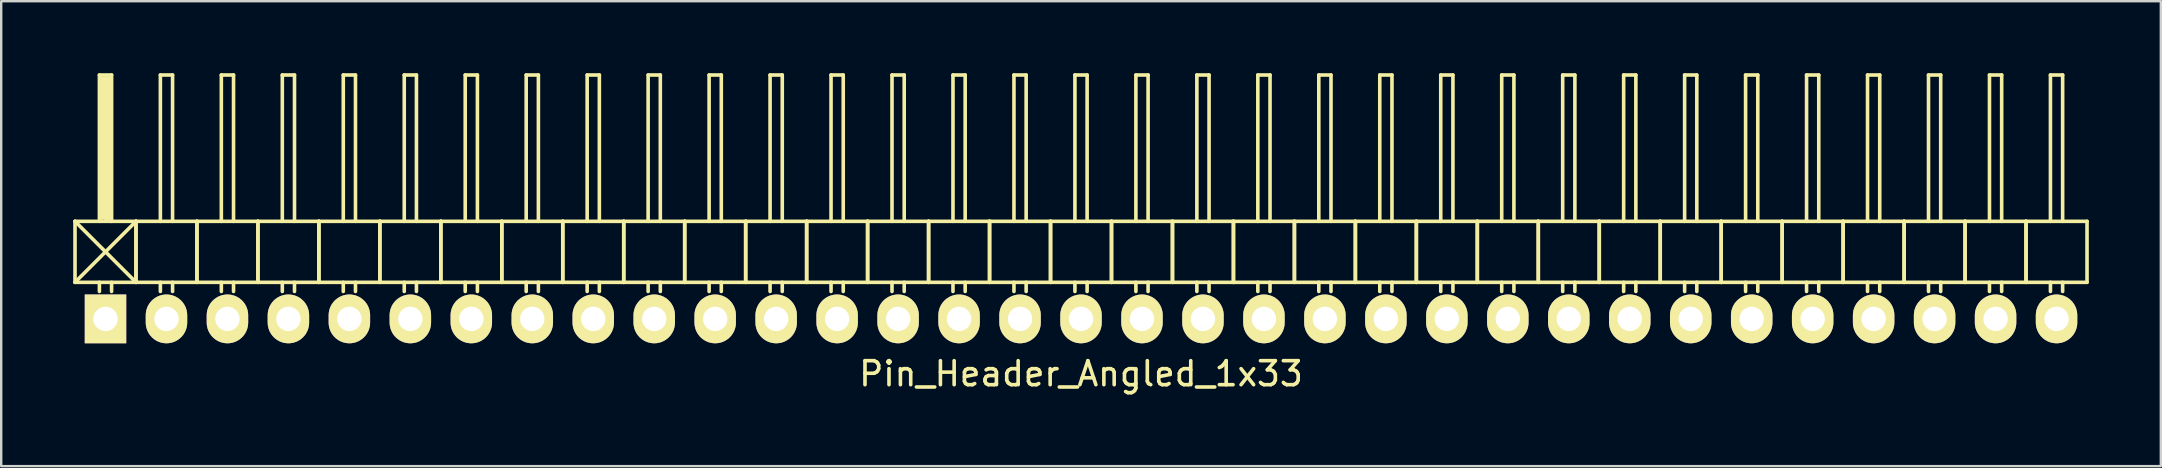
<source format=kicad_pcb>
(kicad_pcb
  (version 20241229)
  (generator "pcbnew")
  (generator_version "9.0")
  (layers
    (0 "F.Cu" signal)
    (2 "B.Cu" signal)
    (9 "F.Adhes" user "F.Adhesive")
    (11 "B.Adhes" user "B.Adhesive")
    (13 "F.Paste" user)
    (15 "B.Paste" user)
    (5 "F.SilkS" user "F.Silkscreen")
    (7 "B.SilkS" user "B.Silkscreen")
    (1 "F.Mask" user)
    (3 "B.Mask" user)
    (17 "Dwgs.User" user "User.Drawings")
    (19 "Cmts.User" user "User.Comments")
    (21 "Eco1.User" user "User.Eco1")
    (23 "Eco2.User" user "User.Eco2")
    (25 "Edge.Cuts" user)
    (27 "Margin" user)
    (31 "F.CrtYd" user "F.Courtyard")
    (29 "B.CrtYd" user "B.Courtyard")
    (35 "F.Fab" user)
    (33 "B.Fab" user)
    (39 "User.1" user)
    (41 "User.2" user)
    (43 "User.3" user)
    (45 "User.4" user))
  (footprint "Pin_Header_Angled_1x33"
    (layer "F.Cu")
    (at 41.985 10.235)
    (property "Reference" "Pin_Header_Angled_1x33" (at 0 2.286 0) (layer "F.SilkS") (effects (font (size 1 1) (thickness 0.15))))
    (attr through_hole)
    (fp_line (start -41.91 -4.064) (end -39.37 -1.524) (stroke (width 0.15) (type solid)) (layer "F.SilkS"))
    (fp_line (start -41.91 -1.524) (end -41.91 -4.064) (stroke (width 0.15) (type solid)) (layer "F.SilkS"))
    (fp_line (start -41.91 -1.524) (end -39.37 -1.524) (stroke (width 0.15) (type solid)) (layer "F.SilkS"))
    (fp_line (start -40.894 -10.16) (end -40.386 -10.16) (stroke (width 0.15) (type solid)) (layer "F.SilkS"))
    (fp_line (start -40.894 -4.064) (end -40.894 -10.16) (stroke (width 0.15) (type solid)) (layer "F.SilkS"))
    (fp_line (start -40.894 -1.524) (end -40.894 -1.143) (stroke (width 0.15) (type solid)) (layer "F.SilkS"))
    (fp_line (start -40.767 -10.033) (end -40.513 -10.033) (stroke (width 0.15) (type solid)) (layer "F.SilkS"))
    (fp_line (start -40.767 -4.191) (end -40.767 -10.033) (stroke (width 0.15) (type solid)) (layer "F.SilkS"))
    (fp_line (start -40.64 -4.191) (end -40.64 -10.033) (stroke (width 0.15) (type solid)) (layer "F.SilkS"))
    (fp_line (start -40.513 -10.033) (end -40.513 -4.191) (stroke (width 0.15) (type solid)) (layer "F.SilkS"))
    (fp_line (start -40.513 -4.191) (end -40.64 -4.191) (stroke (width 0.15) (type solid)) (layer "F.SilkS"))
    (fp_line (start -40.386 -10.16) (end -40.386 -4.064) (stroke (width 0.15) (type solid)) (layer "F.SilkS"))
    (fp_line (start -40.386 -1.524) (end -40.386 -1.143) (stroke (width 0.15) (type solid)) (layer "F.SilkS"))
    (fp_line (start -39.37 -4.064) (end -41.91 -4.064) (stroke (width 0.15) (type solid)) (layer "F.SilkS"))
    (fp_line (start -39.37 -4.064) (end -41.91 -1.524) (stroke (width 0.15) (type solid)) (layer "F.SilkS"))
    (fp_line (start -39.37 -1.524) (end -39.37 -4.064) (stroke (width 0.15) (type solid)) (layer "F.SilkS"))
    (fp_line (start -39.37 -1.524) (end -39.37 -4.064) (stroke (width 0.15) (type solid)) (layer "F.SilkS"))
    (fp_line (start -39.37 -1.524) (end -36.83 -1.524) (stroke (width 0.15) (type solid)) (layer "F.SilkS"))
    (fp_line (start -38.354 -10.16) (end -37.846 -10.16) (stroke (width 0.15) (type solid)) (layer "F.SilkS"))
    (fp_line (start -38.354 -4.064) (end -38.354 -10.16) (stroke (width 0.15) (type solid)) (layer "F.SilkS"))
    (fp_line (start -38.354 -1.524) (end -38.354 -1.143) (stroke (width 0.15) (type solid)) (layer "F.SilkS"))
    (fp_line (start -37.846 -10.16) (end -37.846 -4.064) (stroke (width 0.15) (type solid)) (layer "F.SilkS"))
    (fp_line (start -37.846 -1.524) (end -37.846 -1.143) (stroke (width 0.15) (type solid)) (layer "F.SilkS"))
    (fp_line (start -36.83 -4.064) (end -39.37 -4.064) (stroke (width 0.15) (type solid)) (layer "F.SilkS"))
    (fp_line (start -36.83 -1.524) (end -36.83 -4.064) (stroke (width 0.15) (type solid)) (layer "F.SilkS"))
    (fp_line (start -36.83 -1.524) (end -36.83 -4.064) (stroke (width 0.15) (type solid)) (layer "F.SilkS"))
    (fp_line (start -36.83 -1.524) (end -34.29 -1.524) (stroke (width 0.15) (type solid)) (layer "F.SilkS"))
    (fp_line (start -35.814 -10.16) (end -35.306 -10.16) (stroke (width 0.15) (type solid)) (layer "F.SilkS"))
    (fp_line (start -35.814 -4.064) (end -35.814 -10.16) (stroke (width 0.15) (type solid)) (layer "F.SilkS"))
    (fp_line (start -35.814 -1.524) (end -35.814 -1.143) (stroke (width 0.15) (type solid)) (layer "F.SilkS"))
    (fp_line (start -35.306 -10.16) (end -35.306 -4.064) (stroke (width 0.15) (type solid)) (layer "F.SilkS"))
    (fp_line (start -35.306 -1.524) (end -35.306 -1.143) (stroke (width 0.15) (type solid)) (layer "F.SilkS"))
    (fp_line (start -34.29 -4.064) (end -36.83 -4.064) (stroke (width 0.15) (type solid)) (layer "F.SilkS"))
    (fp_line (start -34.29 -1.524) (end -34.29 -4.064) (stroke (width 0.15) (type solid)) (layer "F.SilkS"))
    (fp_line (start -34.29 -1.524) (end -34.29 -4.064) (stroke (width 0.15) (type solid)) (layer "F.SilkS"))
    (fp_line (start -34.29 -1.524) (end -31.75 -1.524) (stroke (width 0.15) (type solid)) (layer "F.SilkS"))
    (fp_line (start -33.274 -10.16) (end -32.766 -10.16) (stroke (width 0.15) (type solid)) (layer "F.SilkS"))
    (fp_line (start -33.274 -4.064) (end -33.274 -10.16) (stroke (width 0.15) (type solid)) (layer "F.SilkS"))
    (fp_line (start -33.274 -1.524) (end -33.274 -1.143) (stroke (width 0.15) (type solid)) (layer "F.SilkS"))
    (fp_line (start -32.766 -10.16) (end -32.766 -4.064) (stroke (width 0.15) (type solid)) (layer "F.SilkS"))
    (fp_line (start -32.766 -1.524) (end -32.766 -1.143) (stroke (width 0.15) (type solid)) (layer "F.SilkS"))
    (fp_line (start -31.75 -4.064) (end -34.29 -4.064) (stroke (width 0.15) (type solid)) (layer "F.SilkS"))
    (fp_line (start -31.75 -1.524) (end -31.75 -4.064) (stroke (width 0.15) (type solid)) (layer "F.SilkS"))
    (fp_line (start -31.75 -1.524) (end -31.75 -4.064) (stroke (width 0.15) (type solid)) (layer "F.SilkS"))
    (fp_line (start -31.75 -1.524) (end -29.21 -1.524) (stroke (width 0.15) (type solid)) (layer "F.SilkS"))
    (fp_line (start -30.734 -10.16) (end -30.226 -10.16) (stroke (width 0.15) (type solid)) (layer "F.SilkS"))
    (fp_line (start -30.734 -4.064) (end -30.734 -10.16) (stroke (width 0.15) (type solid)) (layer "F.SilkS"))
    (fp_line (start -30.734 -1.524) (end -30.734 -1.143) (stroke (width 0.15) (type solid)) (layer "F.SilkS"))
    (fp_line (start -30.226 -10.16) (end -30.226 -4.064) (stroke (width 0.15) (type solid)) (layer "F.SilkS"))
    (fp_line (start -30.226 -1.524) (end -30.226 -1.143) (stroke (width 0.15) (type solid)) (layer "F.SilkS"))
    (fp_line (start -29.21 -4.064) (end -31.75 -4.064) (stroke (width 0.15) (type solid)) (layer "F.SilkS"))
    (fp_line (start -29.21 -1.524) (end -29.21 -4.064) (stroke (width 0.15) (type solid)) (layer "F.SilkS"))
    (fp_line (start -29.21 -1.524) (end -29.21 -4.064) (stroke (width 0.15) (type solid)) (layer "F.SilkS"))
    (fp_line (start -29.21 -1.524) (end -26.67 -1.524) (stroke (width 0.15) (type solid)) (layer "F.SilkS"))
    (fp_line (start -28.194 -10.16) (end -27.686 -10.16) (stroke (width 0.15) (type solid)) (layer "F.SilkS"))
    (fp_line (start -28.194 -4.064) (end -28.194 -10.16) (stroke (width 0.15) (type solid)) (layer "F.SilkS"))
    (fp_line (start -28.194 -1.524) (end -28.194 -1.143) (stroke (width 0.15) (type solid)) (layer "F.SilkS"))
    (fp_line (start -27.686 -10.16) (end -27.686 -4.064) (stroke (width 0.15) (type solid)) (layer "F.SilkS"))
    (fp_line (start -27.686 -1.524) (end -27.686 -1.143) (stroke (width 0.15) (type solid)) (layer "F.SilkS"))
    (fp_line (start -26.67 -4.064) (end -29.21 -4.064) (stroke (width 0.15) (type solid)) (layer "F.SilkS"))
    (fp_line (start -26.67 -1.524) (end -26.67 -4.064) (stroke (width 0.15) (type solid)) (layer "F.SilkS"))
    (fp_line (start -26.67 -1.524) (end -26.67 -4.064) (stroke (width 0.15) (type solid)) (layer "F.SilkS"))
    (fp_line (start -26.67 -1.524) (end -24.13 -1.524) (stroke (width 0.15) (type solid)) (layer "F.SilkS"))
    (fp_line (start -25.654 -10.16) (end -25.146 -10.16) (stroke (width 0.15) (type solid)) (layer "F.SilkS"))
    (fp_line (start -25.654 -4.064) (end -25.654 -10.16) (stroke (width 0.15) (type solid)) (layer "F.SilkS"))
    (fp_line (start -25.654 -1.524) (end -25.654 -1.143) (stroke (width 0.15) (type solid)) (layer "F.SilkS"))
    (fp_line (start -25.146 -10.16) (end -25.146 -4.064) (stroke (width 0.15) (type solid)) (layer "F.SilkS"))
    (fp_line (start -25.146 -1.524) (end -25.146 -1.143) (stroke (width 0.15) (type solid)) (layer "F.SilkS"))
    (fp_line (start -24.13 -4.064) (end -26.67 -4.064) (stroke (width 0.15) (type solid)) (layer "F.SilkS"))
    (fp_line (start -24.13 -1.524) (end -24.13 -4.064) (stroke (width 0.15) (type solid)) (layer "F.SilkS"))
    (fp_line (start -24.13 -1.524) (end -24.13 -4.064) (stroke (width 0.15) (type solid)) (layer "F.SilkS"))
    (fp_line (start -24.13 -1.524) (end -21.59 -1.524) (stroke (width 0.15) (type solid)) (layer "F.SilkS"))
    (fp_line (start -23.114 -10.16) (end -22.606 -10.16) (stroke (width 0.15) (type solid)) (layer "F.SilkS"))
    (fp_line (start -23.114 -4.064) (end -23.114 -10.16) (stroke (width 0.15) (type solid)) (layer "F.SilkS"))
    (fp_line (start -23.114 -1.524) (end -23.114 -1.143) (stroke (width 0.15) (type solid)) (layer "F.SilkS"))
    (fp_line (start -22.606 -10.16) (end -22.606 -4.064) (stroke (width 0.15) (type solid)) (layer "F.SilkS"))
    (fp_line (start -22.606 -1.524) (end -22.606 -1.143) (stroke (width 0.15) (type solid)) (layer "F.SilkS"))
    (fp_line (start -21.59 -4.064) (end -24.13 -4.064) (stroke (width 0.15) (type solid)) (layer "F.SilkS"))
    (fp_line (start -21.59 -1.524) (end -21.59 -4.064) (stroke (width 0.15) (type solid)) (layer "F.SilkS"))
    (fp_line (start -21.59 -1.524) (end -21.59 -4.064) (stroke (width 0.15) (type solid)) (layer "F.SilkS"))
    (fp_line (start -21.59 -1.524) (end -19.05 -1.524) (stroke (width 0.15) (type solid)) (layer "F.SilkS"))
    (fp_line (start -20.574 -10.16) (end -20.066 -10.16) (stroke (width 0.15) (type solid)) (layer "F.SilkS"))
    (fp_line (start -20.574 -4.064) (end -20.574 -10.16) (stroke (width 0.15) (type solid)) (layer "F.SilkS"))
    (fp_line (start -20.574 -1.524) (end -20.574 -1.143) (stroke (width 0.15) (type solid)) (layer "F.SilkS"))
    (fp_line (start -20.066 -10.16) (end -20.066 -4.064) (stroke (width 0.15) (type solid)) (layer "F.SilkS"))
    (fp_line (start -20.066 -1.524) (end -20.066 -1.143) (stroke (width 0.15) (type solid)) (layer "F.SilkS"))
    (fp_line (start -19.05 -4.064) (end -21.59 -4.064) (stroke (width 0.15) (type solid)) (layer "F.SilkS"))
    (fp_line (start -19.05 -1.524) (end -19.05 -4.064) (stroke (width 0.15) (type solid)) (layer "F.SilkS"))
    (fp_line (start -19.05 -1.524) (end -19.05 -4.064) (stroke (width 0.15) (type solid)) (layer "F.SilkS"))
    (fp_line (start -19.05 -1.524) (end -16.51 -1.524) (stroke (width 0.15) (type solid)) (layer "F.SilkS"))
    (fp_line (start -18.034 -10.16) (end -17.526 -10.16) (stroke (width 0.15) (type solid)) (layer "F.SilkS"))
    (fp_line (start -18.034 -4.064) (end -18.034 -10.16) (stroke (width 0.15) (type solid)) (layer "F.SilkS"))
    (fp_line (start -18.034 -1.524) (end -18.034 -1.143) (stroke (width 0.15) (type solid)) (layer "F.SilkS"))
    (fp_line (start -17.526 -10.16) (end -17.526 -4.064) (stroke (width 0.15) (type solid)) (layer "F.SilkS"))
    (fp_line (start -17.526 -1.524) (end -17.526 -1.143) (stroke (width 0.15) (type solid)) (layer "F.SilkS"))
    (fp_line (start -16.51 -4.064) (end -19.05 -4.064) (stroke (width 0.15) (type solid)) (layer "F.SilkS"))
    (fp_line (start -16.51 -1.524) (end -16.51 -4.064) (stroke (width 0.15) (type solid)) (layer "F.SilkS"))
    (fp_line (start -16.51 -1.524) (end -16.51 -4.064) (stroke (width 0.15) (type solid)) (layer "F.SilkS"))
    (fp_line (start -16.51 -1.524) (end -13.97 -1.524) (stroke (width 0.15) (type solid)) (layer "F.SilkS"))
    (fp_line (start -15.494 -10.16) (end -14.986 -10.16) (stroke (width 0.15) (type solid)) (layer "F.SilkS"))
    (fp_line (start -15.494 -4.064) (end -15.494 -10.16) (stroke (width 0.15) (type solid)) (layer "F.SilkS"))
    (fp_line (start -15.494 -1.524) (end -15.494 -1.143) (stroke (width 0.15) (type solid)) (layer "F.SilkS"))
    (fp_line (start -14.986 -10.16) (end -14.986 -4.064) (stroke (width 0.15) (type solid)) (layer "F.SilkS"))
    (fp_line (start -14.986 -1.524) (end -14.986 -1.143) (stroke (width 0.15) (type solid)) (layer "F.SilkS"))
    (fp_line (start -13.97 -4.064) (end -16.51 -4.064) (stroke (width 0.15) (type solid)) (layer "F.SilkS"))
    (fp_line (start -13.97 -1.524) (end -13.97 -4.064) (stroke (width 0.15) (type solid)) (layer "F.SilkS"))
    (fp_line (start -13.97 -1.524) (end -13.97 -4.064) (stroke (width 0.15) (type solid)) (layer "F.SilkS"))
    (fp_line (start -13.97 -1.524) (end -11.43 -1.524) (stroke (width 0.15) (type solid)) (layer "F.SilkS"))
    (fp_line (start -12.954 -10.16) (end -12.446 -10.16) (stroke (width 0.15) (type solid)) (layer "F.SilkS"))
    (fp_line (start -12.954 -4.064) (end -12.954 -10.16) (stroke (width 0.15) (type solid)) (layer "F.SilkS"))
    (fp_line (start -12.954 -1.524) (end -12.954 -1.143) (stroke (width 0.15) (type solid)) (layer "F.SilkS"))
    (fp_line (start -12.446 -10.16) (end -12.446 -4.064) (stroke (width 0.15) (type solid)) (layer "F.SilkS"))
    (fp_line (start -12.446 -1.524) (end -12.446 -1.143) (stroke (width 0.15) (type solid)) (layer "F.SilkS"))
    (fp_line (start -11.43 -4.064) (end -13.97 -4.064) (stroke (width 0.15) (type solid)) (layer "F.SilkS"))
    (fp_line (start -11.43 -1.524) (end -11.43 -4.064) (stroke (width 0.15) (type solid)) (layer "F.SilkS"))
    (fp_line (start -11.43 -1.524) (end -11.43 -4.064) (stroke (width 0.15) (type solid)) (layer "F.SilkS"))
    (fp_line (start -11.43 -1.524) (end -8.89 -1.524) (stroke (width 0.15) (type solid)) (layer "F.SilkS"))
    (fp_line (start -10.414 -10.16) (end -9.906 -10.16) (stroke (width 0.15) (type solid)) (layer "F.SilkS"))
    (fp_line (start -10.414 -4.064) (end -10.414 -10.16) (stroke (width 0.15) (type solid)) (layer "F.SilkS"))
    (fp_line (start -10.414 -1.524) (end -10.414 -1.143) (stroke (width 0.15) (type solid)) (layer "F.SilkS"))
    (fp_line (start -9.906 -10.16) (end -9.906 -4.064) (stroke (width 0.15) (type solid)) (layer "F.SilkS"))
    (fp_line (start -9.906 -1.524) (end -9.906 -1.143) (stroke (width 0.15) (type solid)) (layer "F.SilkS"))
    (fp_line (start -8.89 -4.064) (end -11.43 -4.064) (stroke (width 0.15) (type solid)) (layer "F.SilkS"))
    (fp_line (start -8.89 -1.524) (end -8.89 -4.064) (stroke (width 0.15) (type solid)) (layer "F.SilkS"))
    (fp_line (start -8.89 -1.524) (end -8.89 -4.064) (stroke (width 0.15) (type solid)) (layer "F.SilkS"))
    (fp_line (start -8.89 -1.524) (end -6.35 -1.524) (stroke (width 0.15) (type solid)) (layer "F.SilkS"))
    (fp_line (start -7.874 -10.16) (end -7.366 -10.16) (stroke (width 0.15) (type solid)) (layer "F.SilkS"))
    (fp_line (start -7.874 -4.064) (end -7.874 -10.16) (stroke (width 0.15) (type solid)) (layer "F.SilkS"))
    (fp_line (start -7.874 -1.524) (end -7.874 -1.143) (stroke (width 0.15) (type solid)) (layer "F.SilkS"))
    (fp_line (start -7.366 -10.16) (end -7.366 -4.064) (stroke (width 0.15) (type solid)) (layer "F.SilkS"))
    (fp_line (start -7.366 -1.524) (end -7.366 -1.143) (stroke (width 0.15) (type solid)) (layer "F.SilkS"))
    (fp_line (start -6.35 -4.064) (end -8.89 -4.064) (stroke (width 0.15) (type solid)) (layer "F.SilkS"))
    (fp_line (start -6.35 -1.524) (end -6.35 -4.064) (stroke (width 0.15) (type solid)) (layer "F.SilkS"))
    (fp_line (start -6.35 -1.524) (end -6.35 -4.064) (stroke (width 0.15) (type solid)) (layer "F.SilkS"))
    (fp_line (start -6.35 -1.524) (end -3.81 -1.524) (stroke (width 0.15) (type solid)) (layer "F.SilkS"))
    (fp_line (start -5.334 -10.16) (end -4.826 -10.16) (stroke (width 0.15) (type solid)) (layer "F.SilkS"))
    (fp_line (start -5.334 -4.064) (end -5.334 -10.16) (stroke (width 0.15) (type solid)) (layer "F.SilkS"))
    (fp_line (start -5.334 -1.524) (end -5.334 -1.143) (stroke (width 0.15) (type solid)) (layer "F.SilkS"))
    (fp_line (start -4.826 -10.16) (end -4.826 -4.064) (stroke (width 0.15) (type solid)) (layer "F.SilkS"))
    (fp_line (start -4.826 -1.524) (end -4.826 -1.143) (stroke (width 0.15) (type solid)) (layer "F.SilkS"))
    (fp_line (start -3.81 -4.064) (end -6.35 -4.064) (stroke (width 0.15) (type solid)) (layer "F.SilkS"))
    (fp_line (start -3.81 -1.524) (end -3.81 -4.064) (stroke (width 0.15) (type solid)) (layer "F.SilkS"))
    (fp_line (start -3.81 -1.524) (end -3.81 -4.064) (stroke (width 0.15) (type solid)) (layer "F.SilkS"))
    (fp_line (start -3.81 -1.524) (end -1.27 -1.524) (stroke (width 0.15) (type solid)) (layer "F.SilkS"))
    (fp_line (start -2.794 -10.16) (end -2.286 -10.16) (stroke (width 0.15) (type solid)) (layer "F.SilkS"))
    (fp_line (start -2.794 -4.064) (end -2.794 -10.16) (stroke (width 0.15) (type solid)) (layer "F.SilkS"))
    (fp_line (start -2.794 -1.524) (end -2.794 -1.143) (stroke (width 0.15) (type solid)) (layer "F.SilkS"))
    (fp_line (start -2.286 -10.16) (end -2.286 -4.064) (stroke (width 0.15) (type solid)) (layer "F.SilkS"))
    (fp_line (start -2.286 -1.524) (end -2.286 -1.143) (stroke (width 0.15) (type solid)) (layer "F.SilkS"))
    (fp_line (start -1.27 -4.064) (end -3.81 -4.064) (stroke (width 0.15) (type solid)) (layer "F.SilkS"))
    (fp_line (start -1.27 -1.524) (end -1.27 -4.064) (stroke (width 0.15) (type solid)) (layer "F.SilkS"))
    (fp_line (start -1.27 -1.524) (end -1.27 -4.064) (stroke (width 0.15) (type solid)) (layer "F.SilkS"))
    (fp_line (start -1.27 -1.524) (end 1.27 -1.524) (stroke (width 0.15) (type solid)) (layer "F.SilkS"))
    (fp_line (start -0.254 -10.16) (end 0.254 -10.16) (stroke (width 0.15) (type solid)) (layer "F.SilkS"))
    (fp_line (start -0.254 -4.064) (end -0.254 -10.16) (stroke (width 0.15) (type solid)) (layer "F.SilkS"))
    (fp_line (start -0.254 -1.524) (end -0.254 -1.143) (stroke (width 0.15) (type solid)) (layer "F.SilkS"))
    (fp_line (start 0.254 -10.16) (end 0.254 -4.064) (stroke (width 0.15) (type solid)) (layer "F.SilkS"))
    (fp_line (start 0.254 -1.524) (end 0.254 -1.143) (stroke (width 0.15) (type solid)) (layer "F.SilkS"))
    (fp_line (start 1.27 -4.064) (end -1.27 -4.064) (stroke (width 0.15) (type solid)) (layer "F.SilkS"))
    (fp_line (start 1.27 -1.524) (end 1.27 -4.064) (stroke (width 0.15) (type solid)) (layer "F.SilkS"))
    (fp_line (start 1.27 -1.524) (end 1.27 -4.064) (stroke (width 0.15) (type solid)) (layer "F.SilkS"))
    (fp_line (start 1.27 -1.524) (end 3.81 -1.524) (stroke (width 0.15) (type solid)) (layer "F.SilkS"))
    (fp_line (start 2.286 -10.16) (end 2.794 -10.16) (stroke (width 0.15) (type solid)) (layer "F.SilkS"))
    (fp_line (start 2.286 -4.064) (end 2.286 -10.16) (stroke (width 0.15) (type solid)) (layer "F.SilkS"))
    (fp_line (start 2.286 -1.524) (end 2.286 -1.143) (stroke (width 0.15) (type solid)) (layer "F.SilkS"))
    (fp_line (start 2.794 -10.16) (end 2.794 -4.064) (stroke (width 0.15) (type solid)) (layer "F.SilkS"))
    (fp_line (start 2.794 -1.524) (end 2.794 -1.143) (stroke (width 0.15) (type solid)) (layer "F.SilkS"))
    (fp_line (start 3.81 -4.064) (end 1.27 -4.064) (stroke (width 0.15) (type solid)) (layer "F.SilkS"))
    (fp_line (start 3.81 -1.524) (end 3.81 -4.064) (stroke (width 0.15) (type solid)) (layer "F.SilkS"))
    (fp_line (start 3.81 -1.524) (end 3.81 -4.064) (stroke (width 0.15) (type solid)) (layer "F.SilkS"))
    (fp_line (start 3.81 -1.524) (end 6.35 -1.524) (stroke (width 0.15) (type solid)) (layer "F.SilkS"))
    (fp_line (start 4.826 -10.16) (end 5.334 -10.16) (stroke (width 0.15) (type solid)) (layer "F.SilkS"))
    (fp_line (start 4.826 -4.064) (end 4.826 -10.16) (stroke (width 0.15) (type solid)) (layer "F.SilkS"))
    (fp_line (start 4.826 -1.524) (end 4.826 -1.143) (stroke (width 0.15) (type solid)) (layer "F.SilkS"))
    (fp_line (start 5.334 -10.16) (end 5.334 -4.064) (stroke (width 0.15) (type solid)) (layer "F.SilkS"))
    (fp_line (start 5.334 -1.524) (end 5.334 -1.143) (stroke (width 0.15) (type solid)) (layer "F.SilkS"))
    (fp_line (start 6.35 -4.064) (end 3.81 -4.064) (stroke (width 0.15) (type solid)) (layer "F.SilkS"))
    (fp_line (start 6.35 -1.524) (end 6.35 -4.064) (stroke (width 0.15) (type solid)) (layer "F.SilkS"))
    (fp_line (start 6.35 -1.524) (end 6.35 -4.064) (stroke (width 0.15) (type solid)) (layer "F.SilkS"))
    (fp_line (start 6.35 -1.524) (end 8.89 -1.524) (stroke (width 0.15) (type solid)) (layer "F.SilkS"))
    (fp_line (start 7.366 -10.16) (end 7.874 -10.16) (stroke (width 0.15) (type solid)) (layer "F.SilkS"))
    (fp_line (start 7.366 -4.064) (end 7.366 -10.16) (stroke (width 0.15) (type solid)) (layer "F.SilkS"))
    (fp_line (start 7.366 -1.524) (end 7.366 -1.143) (stroke (width 0.15) (type solid)) (layer "F.SilkS"))
    (fp_line (start 7.874 -10.16) (end 7.874 -4.064) (stroke (width 0.15) (type solid)) (layer "F.SilkS"))
    (fp_line (start 7.874 -1.524) (end 7.874 -1.143) (stroke (width 0.15) (type solid)) (layer "F.SilkS"))
    (fp_line (start 8.89 -4.064) (end 6.35 -4.064) (stroke (width 0.15) (type solid)) (layer "F.SilkS"))
    (fp_line (start 8.89 -1.524) (end 8.89 -4.064) (stroke (width 0.15) (type solid)) (layer "F.SilkS"))
    (fp_line (start 8.89 -1.524) (end 8.89 -4.064) (stroke (width 0.15) (type solid)) (layer "F.SilkS"))
    (fp_line (start 8.89 -1.524) (end 11.43 -1.524) (stroke (width 0.15) (type solid)) (layer "F.SilkS"))
    (fp_line (start 9.906 -10.16) (end 10.414 -10.16) (stroke (width 0.15) (type solid)) (layer "F.SilkS"))
    (fp_line (start 9.906 -4.064) (end 9.906 -10.16) (stroke (width 0.15) (type solid)) (layer "F.SilkS"))
    (fp_line (start 9.906 -1.524) (end 9.906 -1.143) (stroke (width 0.15) (type solid)) (layer "F.SilkS"))
    (fp_line (start 10.414 -10.16) (end 10.414 -4.064) (stroke (width 0.15) (type solid)) (layer "F.SilkS"))
    (fp_line (start 10.414 -1.524) (end 10.414 -1.143) (stroke (width 0.15) (type solid)) (layer "F.SilkS"))
    (fp_line (start 11.43 -4.064) (end 8.89 -4.064) (stroke (width 0.15) (type solid)) (layer "F.SilkS"))
    (fp_line (start 11.43 -1.524) (end 11.43 -4.064) (stroke (width 0.15) (type solid)) (layer "F.SilkS"))
    (fp_line (start 11.43 -1.524) (end 11.43 -4.064) (stroke (width 0.15) (type solid)) (layer "F.SilkS"))
    (fp_line (start 11.43 -1.524) (end 13.97 -1.524) (stroke (width 0.15) (type solid)) (layer "F.SilkS"))
    (fp_line (start 12.446 -10.16) (end 12.954 -10.16) (stroke (width 0.15) (type solid)) (layer "F.SilkS"))
    (fp_line (start 12.446 -4.064) (end 12.446 -10.16) (stroke (width 0.15) (type solid)) (layer "F.SilkS"))
    (fp_line (start 12.446 -1.524) (end 12.446 -1.143) (stroke (width 0.15) (type solid)) (layer "F.SilkS"))
    (fp_line (start 12.954 -10.16) (end 12.954 -4.064) (stroke (width 0.15) (type solid)) (layer "F.SilkS"))
    (fp_line (start 12.954 -1.524) (end 12.954 -1.143) (stroke (width 0.15) (type solid)) (layer "F.SilkS"))
    (fp_line (start 13.97 -4.064) (end 11.43 -4.064) (stroke (width 0.15) (type solid)) (layer "F.SilkS"))
    (fp_line (start 13.97 -1.524) (end 13.97 -4.064) (stroke (width 0.15) (type solid)) (layer "F.SilkS"))
    (fp_line (start 13.97 -1.524) (end 13.97 -4.064) (stroke (width 0.15) (type solid)) (layer "F.SilkS"))
    (fp_line (start 13.97 -1.524) (end 16.51 -1.524) (stroke (width 0.15) (type solid)) (layer "F.SilkS"))
    (fp_line (start 14.986 -10.16) (end 15.494 -10.16) (stroke (width 0.15) (type solid)) (layer "F.SilkS"))
    (fp_line (start 14.986 -4.064) (end 14.986 -10.16) (stroke (width 0.15) (type solid)) (layer "F.SilkS"))
    (fp_line (start 14.986 -1.524) (end 14.986 -1.143) (stroke (width 0.15) (type solid)) (layer "F.SilkS"))
    (fp_line (start 15.494 -10.16) (end 15.494 -4.064) (stroke (width 0.15) (type solid)) (layer "F.SilkS"))
    (fp_line (start 15.494 -1.524) (end 15.494 -1.143) (stroke (width 0.15) (type solid)) (layer "F.SilkS"))
    (fp_line (start 16.51 -4.064) (end 13.97 -4.064) (stroke (width 0.15) (type solid)) (layer "F.SilkS"))
    (fp_line (start 16.51 -1.524) (end 16.51 -4.064) (stroke (width 0.15) (type solid)) (layer "F.SilkS"))
    (fp_line (start 16.51 -1.524) (end 16.51 -4.064) (stroke (width 0.15) (type solid)) (layer "F.SilkS"))
    (fp_line (start 16.51 -1.524) (end 19.05 -1.524) (stroke (width 0.15) (type solid)) (layer "F.SilkS"))
    (fp_line (start 17.526 -10.16) (end 18.034 -10.16) (stroke (width 0.15) (type solid)) (layer "F.SilkS"))
    (fp_line (start 17.526 -4.064) (end 17.526 -10.16) (stroke (width 0.15) (type solid)) (layer "F.SilkS"))
    (fp_line (start 17.526 -1.524) (end 17.526 -1.143) (stroke (width 0.15) (type solid)) (layer "F.SilkS"))
    (fp_line (start 18.034 -10.16) (end 18.034 -4.064) (stroke (width 0.15) (type solid)) (layer "F.SilkS"))
    (fp_line (start 18.034 -1.524) (end 18.034 -1.143) (stroke (width 0.15) (type solid)) (layer "F.SilkS"))
    (fp_line (start 19.05 -4.064) (end 16.51 -4.064) (stroke (width 0.15) (type solid)) (layer "F.SilkS"))
    (fp_line (start 19.05 -1.524) (end 19.05 -4.064) (stroke (width 0.15) (type solid)) (layer "F.SilkS"))
    (fp_line (start 19.05 -1.524) (end 19.05 -4.064) (stroke (width 0.15) (type solid)) (layer "F.SilkS"))
    (fp_line (start 19.05 -1.524) (end 21.59 -1.524) (stroke (width 0.15) (type solid)) (layer "F.SilkS"))
    (fp_line (start 20.066 -10.16) (end 20.574 -10.16) (stroke (width 0.15) (type solid)) (layer "F.SilkS"))
    (fp_line (start 20.066 -4.064) (end 20.066 -10.16) (stroke (width 0.15) (type solid)) (layer "F.SilkS"))
    (fp_line (start 20.066 -1.524) (end 20.066 -1.143) (stroke (width 0.15) (type solid)) (layer "F.SilkS"))
    (fp_line (start 20.574 -10.16) (end 20.574 -4.064) (stroke (width 0.15) (type solid)) (layer "F.SilkS"))
    (fp_line (start 20.574 -1.524) (end 20.574 -1.143) (stroke (width 0.15) (type solid)) (layer "F.SilkS"))
    (fp_line (start 21.59 -4.064) (end 19.05 -4.064) (stroke (width 0.15) (type solid)) (layer "F.SilkS"))
    (fp_line (start 21.59 -1.524) (end 21.59 -4.064) (stroke (width 0.15) (type solid)) (layer "F.SilkS"))
    (fp_line (start 21.59 -1.524) (end 21.59 -4.064) (stroke (width 0.15) (type solid)) (layer "F.SilkS"))
    (fp_line (start 21.59 -1.524) (end 24.13 -1.524) (stroke (width 0.15) (type solid)) (layer "F.SilkS"))
    (fp_line (start 22.606 -10.16) (end 23.114 -10.16) (stroke (width 0.15) (type solid)) (layer "F.SilkS"))
    (fp_line (start 22.606 -4.064) (end 22.606 -10.16) (stroke (width 0.15) (type solid)) (layer "F.SilkS"))
    (fp_line (start 22.606 -1.524) (end 22.606 -1.143) (stroke (width 0.15) (type solid)) (layer "F.SilkS"))
    (fp_line (start 23.114 -10.16) (end 23.114 -4.064) (stroke (width 0.15) (type solid)) (layer "F.SilkS"))
    (fp_line (start 23.114 -1.524) (end 23.114 -1.143) (stroke (width 0.15) (type solid)) (layer "F.SilkS"))
    (fp_line (start 24.13 -4.064) (end 21.59 -4.064) (stroke (width 0.15) (type solid)) (layer "F.SilkS"))
    (fp_line (start 24.13 -1.524) (end 24.13 -4.064) (stroke (width 0.15) (type solid)) (layer "F.SilkS"))
    (fp_line (start 24.13 -1.524) (end 24.13 -4.064) (stroke (width 0.15) (type solid)) (layer "F.SilkS"))
    (fp_line (start 24.13 -1.524) (end 26.67 -1.524) (stroke (width 0.15) (type solid)) (layer "F.SilkS"))
    (fp_line (start 25.146 -10.16) (end 25.654 -10.16) (stroke (width 0.15) (type solid)) (layer "F.SilkS"))
    (fp_line (start 25.146 -4.064) (end 25.146 -10.16) (stroke (width 0.15) (type solid)) (layer "F.SilkS"))
    (fp_line (start 25.146 -1.524) (end 25.146 -1.143) (stroke (width 0.15) (type solid)) (layer "F.SilkS"))
    (fp_line (start 25.654 -10.16) (end 25.654 -4.064) (stroke (width 0.15) (type solid)) (layer "F.SilkS"))
    (fp_line (start 25.654 -1.524) (end 25.654 -1.143) (stroke (width 0.15) (type solid)) (layer "F.SilkS"))
    (fp_line (start 26.67 -4.064) (end 24.13 -4.064) (stroke (width 0.15) (type solid)) (layer "F.SilkS"))
    (fp_line (start 26.67 -1.524) (end 26.67 -4.064) (stroke (width 0.15) (type solid)) (layer "F.SilkS"))
    (fp_line (start 26.67 -1.524) (end 26.67 -4.064) (stroke (width 0.15) (type solid)) (layer "F.SilkS"))
    (fp_line (start 26.67 -1.524) (end 29.21 -1.524) (stroke (width 0.15) (type solid)) (layer "F.SilkS"))
    (fp_line (start 27.686 -10.16) (end 28.194 -10.16) (stroke (width 0.15) (type solid)) (layer "F.SilkS"))
    (fp_line (start 27.686 -4.064) (end 27.686 -10.16) (stroke (width 0.15) (type solid)) (layer "F.SilkS"))
    (fp_line (start 27.686 -1.524) (end 27.686 -1.143) (stroke (width 0.15) (type solid)) (layer "F.SilkS"))
    (fp_line (start 28.194 -10.16) (end 28.194 -4.064) (stroke (width 0.15) (type solid)) (layer "F.SilkS"))
    (fp_line (start 28.194 -1.524) (end 28.194 -1.143) (stroke (width 0.15) (type solid)) (layer "F.SilkS"))
    (fp_line (start 29.21 -4.064) (end 26.67 -4.064) (stroke (width 0.15) (type solid)) (layer "F.SilkS"))
    (fp_line (start 29.21 -1.524) (end 29.21 -4.064) (stroke (width 0.15) (type solid)) (layer "F.SilkS"))
    (fp_line (start 29.21 -1.524) (end 29.21 -4.064) (stroke (width 0.15) (type solid)) (layer "F.SilkS"))
    (fp_line (start 29.21 -1.524) (end 31.75 -1.524) (stroke (width 0.15) (type solid)) (layer "F.SilkS"))
    (fp_line (start 30.226 -10.16) (end 30.734 -10.16) (stroke (width 0.15) (type solid)) (layer "F.SilkS"))
    (fp_line (start 30.226 -4.064) (end 30.226 -10.16) (stroke (width 0.15) (type solid)) (layer "F.SilkS"))
    (fp_line (start 30.226 -1.524) (end 30.226 -1.143) (stroke (width 0.15) (type solid)) (layer "F.SilkS"))
    (fp_line (start 30.734 -10.16) (end 30.734 -4.064) (stroke (width 0.15) (type solid)) (layer "F.SilkS"))
    (fp_line (start 30.734 -1.524) (end 30.734 -1.143) (stroke (width 0.15) (type solid)) (layer "F.SilkS"))
    (fp_line (start 31.75 -4.064) (end 29.21 -4.064) (stroke (width 0.15) (type solid)) (layer "F.SilkS"))
    (fp_line (start 31.75 -1.524) (end 31.75 -4.064) (stroke (width 0.15) (type solid)) (layer "F.SilkS"))
    (fp_line (start 31.75 -1.524) (end 31.75 -4.064) (stroke (width 0.15) (type solid)) (layer "F.SilkS"))
    (fp_line (start 31.75 -1.524) (end 34.29 -1.524) (stroke (width 0.15) (type solid)) (layer "F.SilkS"))
    (fp_line (start 32.766 -10.16) (end 33.274 -10.16) (stroke (width 0.15) (type solid)) (layer "F.SilkS"))
    (fp_line (start 32.766 -4.064) (end 32.766 -10.16) (stroke (width 0.15) (type solid)) (layer "F.SilkS"))
    (fp_line (start 32.766 -1.524) (end 32.766 -1.143) (stroke (width 0.15) (type solid)) (layer "F.SilkS"))
    (fp_line (start 33.274 -10.16) (end 33.274 -4.064) (stroke (width 0.15) (type solid)) (layer "F.SilkS"))
    (fp_line (start 33.274 -1.524) (end 33.274 -1.143) (stroke (width 0.15) (type solid)) (layer "F.SilkS"))
    (fp_line (start 34.29 -4.064) (end 31.75 -4.064) (stroke (width 0.15) (type solid)) (layer "F.SilkS"))
    (fp_line (start 34.29 -1.524) (end 34.29 -4.064) (stroke (width 0.15) (type solid)) (layer "F.SilkS"))
    (fp_line (start 34.29 -1.524) (end 34.29 -4.064) (stroke (width 0.15) (type solid)) (layer "F.SilkS"))
    (fp_line (start 34.29 -1.524) (end 36.83 -1.524) (stroke (width 0.15) (type solid)) (layer "F.SilkS"))
    (fp_line (start 35.306 -10.16) (end 35.814 -10.16) (stroke (width 0.15) (type solid)) (layer "F.SilkS"))
    (fp_line (start 35.306 -4.064) (end 35.306 -10.16) (stroke (width 0.15) (type solid)) (layer "F.SilkS"))
    (fp_line (start 35.306 -1.524) (end 35.306 -1.143) (stroke (width 0.15) (type solid)) (layer "F.SilkS"))
    (fp_line (start 35.814 -10.16) (end 35.814 -4.064) (stroke (width 0.15) (type solid)) (layer "F.SilkS"))
    (fp_line (start 35.814 -1.524) (end 35.814 -1.143) (stroke (width 0.15) (type solid)) (layer "F.SilkS"))
    (fp_line (start 36.83 -4.064) (end 34.29 -4.064) (stroke (width 0.15) (type solid)) (layer "F.SilkS"))
    (fp_line (start 36.83 -1.524) (end 36.83 -4.064) (stroke (width 0.15) (type solid)) (layer "F.SilkS"))
    (fp_line (start 36.83 -1.524) (end 36.83 -4.064) (stroke (width 0.15) (type solid)) (layer "F.SilkS"))
    (fp_line (start 36.83 -1.524) (end 39.37 -1.524) (stroke (width 0.15) (type solid)) (layer "F.SilkS"))
    (fp_line (start 37.846 -10.16) (end 38.354 -10.16) (stroke (width 0.15) (type solid)) (layer "F.SilkS"))
    (fp_line (start 37.846 -4.064) (end 37.846 -10.16) (stroke (width 0.15) (type solid)) (layer "F.SilkS"))
    (fp_line (start 37.846 -1.524) (end 37.846 -1.143) (stroke (width 0.15) (type solid)) (layer "F.SilkS"))
    (fp_line (start 38.354 -10.16) (end 38.354 -4.064) (stroke (width 0.15) (type solid)) (layer "F.SilkS"))
    (fp_line (start 38.354 -1.524) (end 38.354 -1.143) (stroke (width 0.15) (type solid)) (layer "F.SilkS"))
    (fp_line (start 39.37 -4.064) (end 36.83 -4.064) (stroke (width 0.15) (type solid)) (layer "F.SilkS"))
    (fp_line (start 39.37 -1.524) (end 39.37 -4.064) (stroke (width 0.15) (type solid)) (layer "F.SilkS"))
    (fp_line (start 39.37 -1.524) (end 39.37 -4.064) (stroke (width 0.15) (type solid)) (layer "F.SilkS"))
    (fp_line (start 39.37 -1.524) (end 41.91 -1.524) (stroke (width 0.15) (type solid)) (layer "F.SilkS"))
    (fp_line (start 40.386 -10.16) (end 40.894 -10.16) (stroke (width 0.15) (type solid)) (layer "F.SilkS"))
    (fp_line (start 40.386 -4.064) (end 40.386 -10.16) (stroke (width 0.15) (type solid)) (layer "F.SilkS"))
    (fp_line (start 40.386 -1.524) (end 40.386 -1.143) (stroke (width 0.15) (type solid)) (layer "F.SilkS"))
    (fp_line (start 40.894 -10.16) (end 40.894 -4.064) (stroke (width 0.15) (type solid)) (layer "F.SilkS"))
    (fp_line (start 40.894 -1.524) (end 40.894 -1.143) (stroke (width 0.15) (type solid)) (layer "F.SilkS"))
    (fp_line (start 41.91 -4.064) (end 39.37 -4.064) (stroke (width 0.15) (type solid)) (layer "F.SilkS"))
    (fp_line (start 41.91 -1.524) (end 41.91 -4.064) (stroke (width 0.15) (type solid)) (layer "F.SilkS"))
    (pad "1" thru_hole rect (at -40.64 0) (size 1.727 2.032) (drill 1.016) (layers "*.Cu" "*.Mask" "F.SilkS"))
    (pad "2" thru_hole oval (at -38.1 0) (size 1.727 2.032) (drill 1.016) (layers "*.Cu" "*.Mask" "F.SilkS"))
    (pad "3" thru_hole oval (at -35.56 0) (size 1.727 2.032) (drill 1.016) (layers "*.Cu" "*.Mask" "F.SilkS"))
    (pad "4" thru_hole oval (at -33.02 0) (size 1.727 2.032) (drill 1.016) (layers "*.Cu" "*.Mask" "F.SilkS"))
    (pad "5" thru_hole oval (at -30.48 0) (size 1.727 2.032) (drill 1.016) (layers "*.Cu" "*.Mask" "F.SilkS"))
    (pad "6" thru_hole oval (at -27.94 0) (size 1.727 2.032) (drill 1.016) (layers "*.Cu" "*.Mask" "F.SilkS"))
    (pad "7" thru_hole oval (at -25.4 0) (size 1.727 2.032) (drill 1.016) (layers "*.Cu" "*.Mask" "F.SilkS"))
    (pad "8" thru_hole oval (at -22.86 0) (size 1.727 2.032) (drill 1.016) (layers "*.Cu" "*.Mask" "F.SilkS"))
    (pad "9" thru_hole oval (at -20.32 0) (size 1.727 2.032) (drill 1.016) (layers "*.Cu" "*.Mask" "F.SilkS"))
    (pad "10" thru_hole oval (at -17.78 0) (size 1.727 2.032) (drill 1.016) (layers "*.Cu" "*.Mask" "F.SilkS"))
    (pad "11" thru_hole oval (at -15.24 0) (size 1.727 2.032) (drill 1.016) (layers "*.Cu" "*.Mask" "F.SilkS"))
    (pad "12" thru_hole oval (at -12.7 0) (size 1.727 2.032) (drill 1.016) (layers "*.Cu" "*.Mask" "F.SilkS"))
    (pad "13" thru_hole oval (at -10.16 0) (size 1.727 2.032) (drill 1.016) (layers "*.Cu" "*.Mask" "F.SilkS"))
    (pad "14" thru_hole oval (at -7.62 0) (size 1.727 2.032) (drill 1.016) (layers "*.Cu" "*.Mask" "F.SilkS"))
    (pad "15" thru_hole oval (at -5.08 0) (size 1.727 2.032) (drill 1.016) (layers "*.Cu" "*.Mask" "F.SilkS"))
    (pad "16" thru_hole oval (at -2.54 0) (size 1.727 2.032) (drill 1.016) (layers "*.Cu" "*.Mask" "F.SilkS"))
    (pad "17" thru_hole oval (at 0 0) (size 1.727 2.032) (drill 1.016) (layers "*.Cu" "*.Mask" "F.SilkS"))
    (pad "18" thru_hole oval (at 2.54 0) (size 1.727 2.032) (drill 1.016) (layers "*.Cu" "*.Mask" "F.SilkS"))
    (pad "19" thru_hole oval (at 5.08 0) (size 1.727 2.032) (drill 1.016) (layers "*.Cu" "*.Mask" "F.SilkS"))
    (pad "20" thru_hole oval (at 7.62 0) (size 1.727 2.032) (drill 1.016) (layers "*.Cu" "*.Mask" "F.SilkS"))
    (pad "21" thru_hole oval (at 10.16 0) (size 1.727 2.032) (drill 1.016) (layers "*.Cu" "*.Mask" "F.SilkS"))
    (pad "22" thru_hole oval (at 12.7 0) (size 1.727 2.032) (drill 1.016) (layers "*.Cu" "*.Mask" "F.SilkS"))
    (pad "23" thru_hole oval (at 15.24 0) (size 1.727 2.032) (drill 1.016) (layers "*.Cu" "*.Mask" "F.SilkS"))
    (pad "24" thru_hole oval (at 17.78 0) (size 1.727 2.032) (drill 1.016) (layers "*.Cu" "*.Mask" "F.SilkS"))
    (pad "25" thru_hole oval (at 20.32 0) (size 1.727 2.032) (drill 1.016) (layers "*.Cu" "*.Mask" "F.SilkS"))
    (pad "26" thru_hole oval (at 22.86 0) (size 1.727 2.032) (drill 1.016) (layers "*.Cu" "*.Mask" "F.SilkS"))
    (pad "27" thru_hole oval (at 25.4 0) (size 1.727 2.032) (drill 1.016) (layers "*.Cu" "*.Mask" "F.SilkS"))
    (pad "28" thru_hole oval (at 27.94 0) (size 1.727 2.032) (drill 1.016) (layers "*.Cu" "*.Mask" "F.SilkS"))
    (pad "29" thru_hole oval (at 30.48 0) (size 1.727 2.032) (drill 1.016) (layers "*.Cu" "*.Mask" "F.SilkS"))
    (pad "30" thru_hole oval (at 33.02 0) (size 1.727 2.032) (drill 1.016) (layers "*.Cu" "*.Mask" "F.SilkS"))
    (pad "31" thru_hole oval (at 35.56 0) (size 1.727 2.032) (drill 1.016) (layers "*.Cu" "*.Mask" "F.SilkS"))
    (pad "32" thru_hole oval (at 38.1 0) (size 1.727 2.032) (drill 1.016) (layers "*.Cu" "*.Mask" "F.SilkS"))
    (pad "33" thru_hole oval (at 40.64 0) (size 1.727 2.032) (drill 1.016) (layers "*.Cu" "*.Mask" "F.SilkS")))
  (gr_rect
    (start -3 -3)
    (end 86.97 16.369)
    (stroke (width 0.1) (type default))
    (fill no)
    (layer "Edge.Cuts")))
</source>
